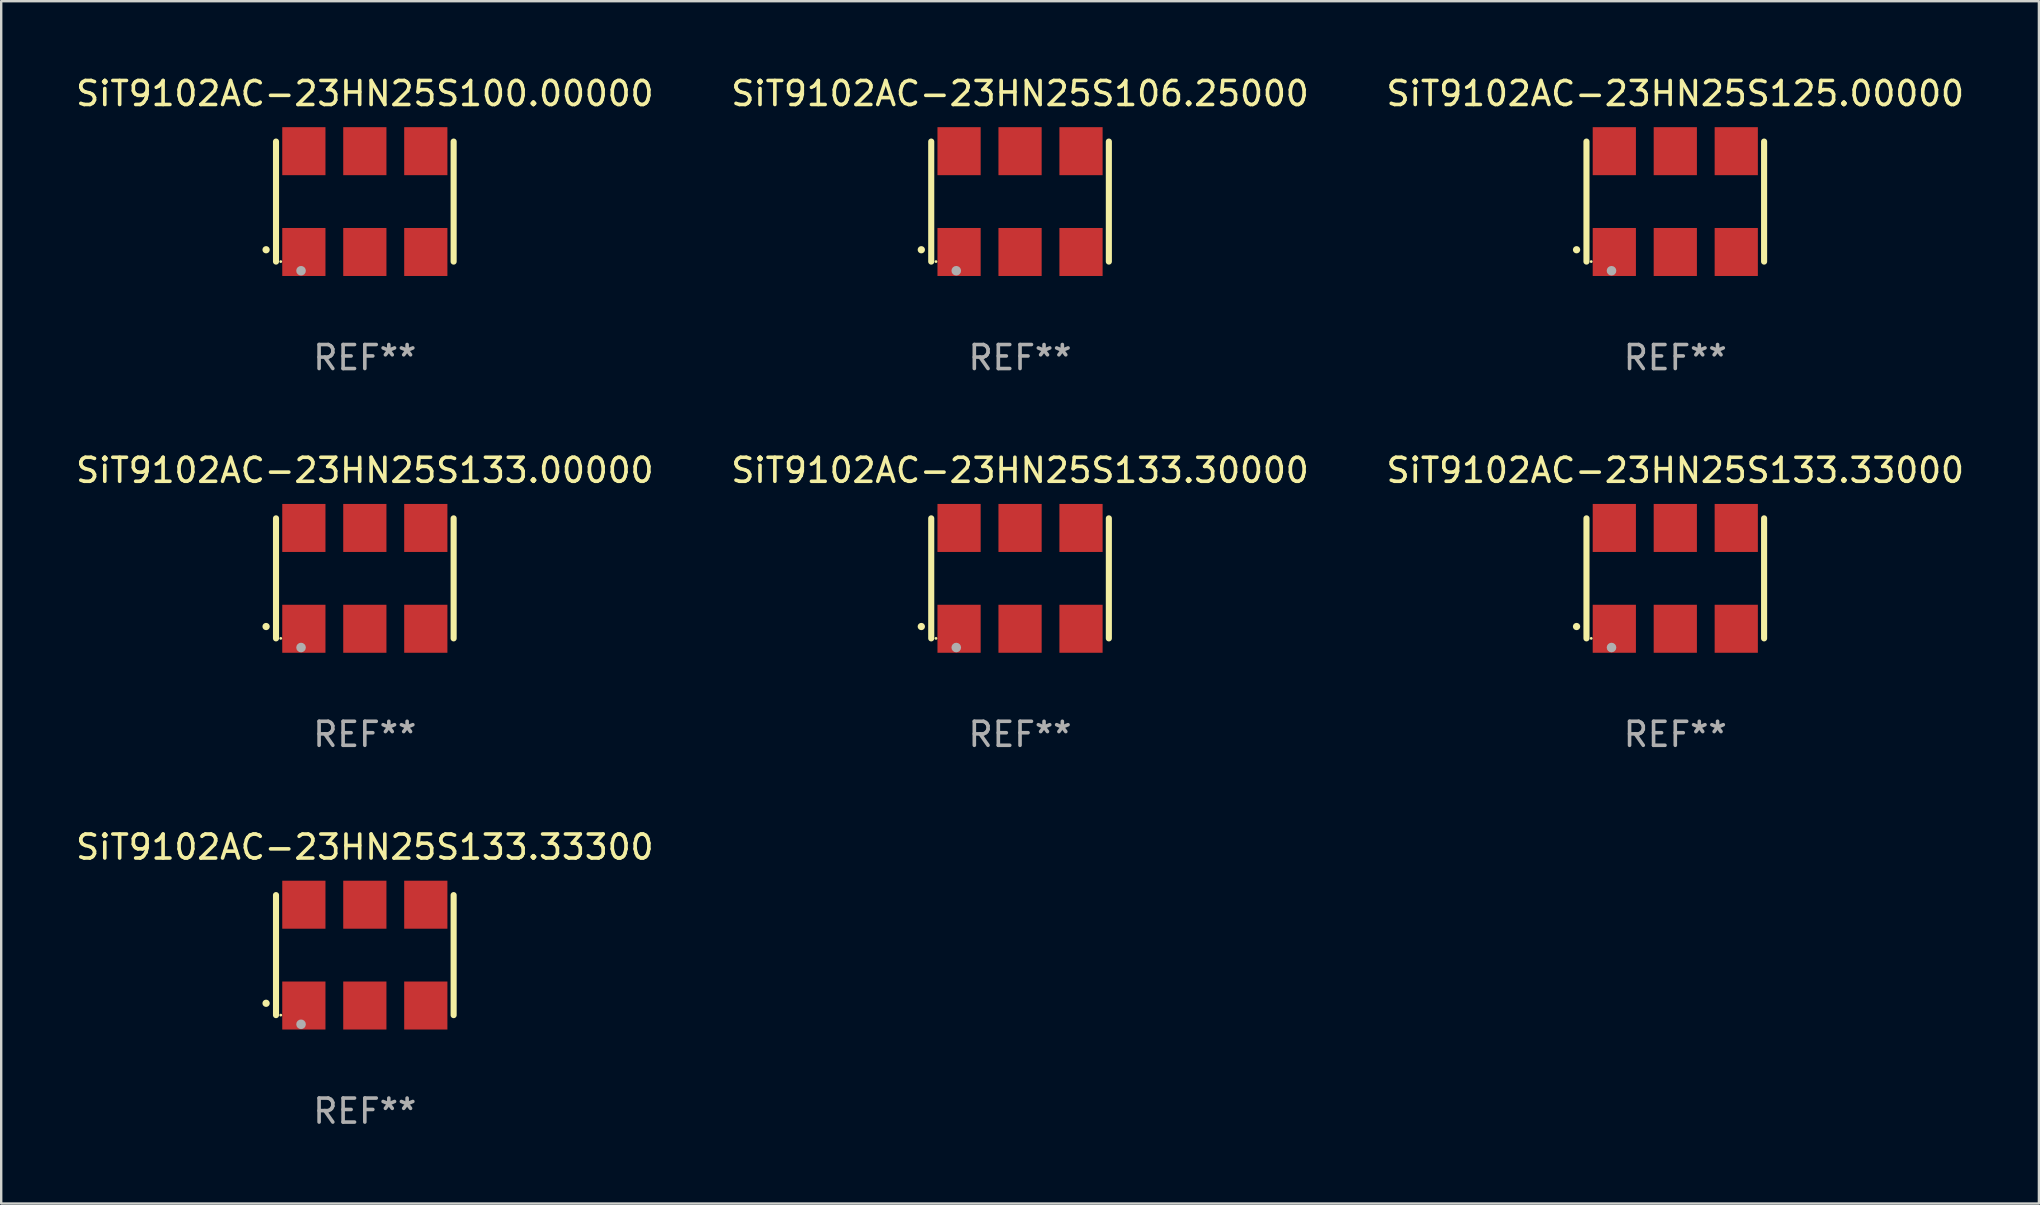
<source format=kicad_pcb>
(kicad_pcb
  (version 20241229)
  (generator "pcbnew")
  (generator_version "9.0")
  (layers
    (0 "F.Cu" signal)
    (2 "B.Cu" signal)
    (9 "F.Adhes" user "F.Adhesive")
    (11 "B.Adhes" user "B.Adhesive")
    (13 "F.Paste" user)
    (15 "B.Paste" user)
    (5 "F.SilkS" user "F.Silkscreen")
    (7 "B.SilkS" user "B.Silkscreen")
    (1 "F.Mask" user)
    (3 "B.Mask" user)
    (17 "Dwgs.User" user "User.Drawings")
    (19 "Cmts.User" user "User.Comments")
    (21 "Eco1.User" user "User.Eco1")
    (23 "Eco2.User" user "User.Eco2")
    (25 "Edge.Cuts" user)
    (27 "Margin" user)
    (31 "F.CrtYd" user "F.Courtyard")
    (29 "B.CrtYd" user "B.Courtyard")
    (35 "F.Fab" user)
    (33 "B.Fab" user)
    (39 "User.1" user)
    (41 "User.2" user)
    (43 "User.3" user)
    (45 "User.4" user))
  (footprint "SiT9102AC-23HN25S133.30000"
    (layer "F.Cu")
    (at 39.446 21.045)
    (property "Reference" "SiT9102AC-23HN25S133.30000" (at 0 -4.5 0) (layer "F.SilkS") (effects (font (size 1 1) (thickness 0.15))))
    (attr through_hole)
    (fp_line (start -3.7 -2.5) (end -3.7 2.5) (stroke (width 0.254) (type solid)) (layer "F.SilkS"))
    (fp_line (start 3.7 -2.5) (end 3.7 2.5) (stroke (width 0.254) (type solid)) (layer "F.SilkS"))
    (fp_arc (start -4.114415 2.006604) (mid -4.113145 2.006599) (end -4.111875 2.006604) (stroke (width 0.3) (type solid)) (layer "F.SilkS"))
    (fp_circle (center -3.502 2.5) (end -3.472 2.5) (stroke (width 0.06) (type solid)) (fill no) (layer "F.SilkS"))
    (fp_circle (center -2.657 2.882) (end -2.557 2.882) (stroke (width 0.2) (type solid)) (fill no) (layer "F.Fab"))
    (fp_text user "REF**" (at 0 6.5 0) (layer "F.Fab") (effects (font (size 1 1) (thickness 0.15))))
    (pad "1" smd rect (at -2.54 2.1) (size 1.8 2) (layers "F.Cu" "F.Mask" "F.Paste"))
    (pad "2" smd rect (at 0.000394 2.1) (size 1.8 2) (layers "F.Cu" "F.Mask" "F.Paste"))
    (pad "3" smd rect (at 2.54 2.1) (size 1.8 2) (layers "F.Cu" "F.Mask" "F.Paste"))
    (pad "4" smd rect (at 2.54 -2.1) (size 1.8 2) (layers "F.Cu" "F.Mask" "F.Paste"))
    (pad "5" smd rect (at 0.000394 -2.1) (size 1.8 2) (layers "F.Cu" "F.Mask" "F.Paste"))
    (pad "6" smd rect (at -2.54 -2.1) (size 1.8 2) (layers "F.Cu" "F.Mask" "F.Paste")))
  (footprint "SiT9102AC-23HN25S133.33000"
    (layer "F.Cu")
    (at 66.744 21.045)
    (property "Reference" "SiT9102AC-23HN25S133.33000" (at 0 -4.5 0) (layer "F.SilkS") (effects (font (size 1 1) (thickness 0.15))))
    (attr through_hole)
    (fp_line (start -3.7 -2.5) (end -3.7 2.5) (stroke (width 0.254) (type solid)) (layer "F.SilkS"))
    (fp_line (start 3.7 -2.5) (end 3.7 2.5) (stroke (width 0.254) (type solid)) (layer "F.SilkS"))
    (fp_arc (start -4.114415 2.006604) (mid -4.113145 2.006599) (end -4.111875 2.006604) (stroke (width 0.3) (type solid)) (layer "F.SilkS"))
    (fp_circle (center -3.502 2.5) (end -3.472 2.5) (stroke (width 0.06) (type solid)) (fill no) (layer "F.SilkS"))
    (fp_circle (center -2.657 2.882) (end -2.557 2.882) (stroke (width 0.2) (type solid)) (fill no) (layer "F.Fab"))
    (fp_text user "REF**" (at 0 6.5 0) (layer "F.Fab") (effects (font (size 1 1) (thickness 0.15))))
    (pad "1" smd rect (at -2.54 2.1) (size 1.8 2) (layers "F.Cu" "F.Mask" "F.Paste"))
    (pad "2" smd rect (at 0.000394 2.1) (size 1.8 2) (layers "F.Cu" "F.Mask" "F.Paste"))
    (pad "3" smd rect (at 2.54 2.1) (size 1.8 2) (layers "F.Cu" "F.Mask" "F.Paste"))
    (pad "4" smd rect (at 2.54 -2.1) (size 1.8 2) (layers "F.Cu" "F.Mask" "F.Paste"))
    (pad "5" smd rect (at 0.000394 -2.1) (size 1.8 2) (layers "F.Cu" "F.Mask" "F.Paste"))
    (pad "6" smd rect (at -2.54 -2.1) (size 1.8 2) (layers "F.Cu" "F.Mask" "F.Paste")))
  (footprint "SiT9102AC-23HN25S133.00000"
    (layer "F.Cu")
    (at 12.149 21.045)
    (property "Reference" "SiT9102AC-23HN25S133.00000" (at 0 -4.5 0) (layer "F.SilkS") (effects (font (size 1 1) (thickness 0.15))))
    (attr through_hole)
    (fp_line (start -3.7 -2.5) (end -3.7 2.5) (stroke (width 0.254) (type solid)) (layer "F.SilkS"))
    (fp_line (start 3.7 -2.5) (end 3.7 2.5) (stroke (width 0.254) (type solid)) (layer "F.SilkS"))
    (fp_arc (start -4.114415 2.006604) (mid -4.113145 2.006599) (end -4.111875 2.006604) (stroke (width 0.3) (type solid)) (layer "F.SilkS"))
    (fp_circle (center -3.502 2.5) (end -3.472 2.5) (stroke (width 0.06) (type solid)) (fill no) (layer "F.SilkS"))
    (fp_circle (center -2.657 2.882) (end -2.557 2.882) (stroke (width 0.2) (type solid)) (fill no) (layer "F.Fab"))
    (fp_text user "REF**" (at 0 6.5 0) (layer "F.Fab") (effects (font (size 1 1) (thickness 0.15))))
    (pad "1" smd rect (at -2.54 2.1) (size 1.8 2) (layers "F.Cu" "F.Mask" "F.Paste"))
    (pad "2" smd rect (at 0.000394 2.1) (size 1.8 2) (layers "F.Cu" "F.Mask" "F.Paste"))
    (pad "3" smd rect (at 2.54 2.1) (size 1.8 2) (layers "F.Cu" "F.Mask" "F.Paste"))
    (pad "4" smd rect (at 2.54 -2.1) (size 1.8 2) (layers "F.Cu" "F.Mask" "F.Paste"))
    (pad "5" smd rect (at 0.000394 -2.1) (size 1.8 2) (layers "F.Cu" "F.Mask" "F.Paste"))
    (pad "6" smd rect (at -2.54 -2.1) (size 1.8 2) (layers "F.Cu" "F.Mask" "F.Paste")))
  (footprint "SiT9102AC-23HN25S133.33300"
    (layer "F.Cu")
    (at 12.149 36.741)
    (property "Reference" "SiT9102AC-23HN25S133.33300" (at 0 -4.5 0) (layer "F.SilkS") (effects (font (size 1 1) (thickness 0.15))))
    (attr through_hole)
    (fp_line (start -3.7 -2.5) (end -3.7 2.5) (stroke (width 0.254) (type solid)) (layer "F.SilkS"))
    (fp_line (start 3.7 -2.5) (end 3.7 2.5) (stroke (width 0.254) (type solid)) (layer "F.SilkS"))
    (fp_arc (start -4.114415 2.006604) (mid -4.113145 2.006599) (end -4.111875 2.006604) (stroke (width 0.3) (type solid)) (layer "F.SilkS"))
    (fp_circle (center -3.502 2.5) (end -3.472 2.5) (stroke (width 0.06) (type solid)) (fill no) (layer "F.SilkS"))
    (fp_circle (center -2.657 2.882) (end -2.557 2.882) (stroke (width 0.2) (type solid)) (fill no) (layer "F.Fab"))
    (fp_text user "REF**" (at 0 6.5 0) (layer "F.Fab") (effects (font (size 1 1) (thickness 0.15))))
    (pad "1" smd rect (at -2.54 2.1) (size 1.8 2) (layers "F.Cu" "F.Mask" "F.Paste"))
    (pad "2" smd rect (at 0.000394 2.1) (size 1.8 2) (layers "F.Cu" "F.Mask" "F.Paste"))
    (pad "3" smd rect (at 2.54 2.1) (size 1.8 2) (layers "F.Cu" "F.Mask" "F.Paste"))
    (pad "4" smd rect (at 2.54 -2.1) (size 1.8 2) (layers "F.Cu" "F.Mask" "F.Paste"))
    (pad "5" smd rect (at 0.000394 -2.1) (size 1.8 2) (layers "F.Cu" "F.Mask" "F.Paste"))
    (pad "6" smd rect (at -2.54 -2.1) (size 1.8 2) (layers "F.Cu" "F.Mask" "F.Paste")))
  (footprint "SiT9102AC-23HN25S106.25000"
    (layer "F.Cu")
    (at 39.446 5.348)
    (property "Reference" "SiT9102AC-23HN25S106.25000" (at 0 -4.5 0) (layer "F.SilkS") (effects (font (size 1 1) (thickness 0.15))))
    (attr through_hole)
    (fp_line (start -3.7 -2.5) (end -3.7 2.5) (stroke (width 0.254) (type solid)) (layer "F.SilkS"))
    (fp_line (start 3.7 -2.5) (end 3.7 2.5) (stroke (width 0.254) (type solid)) (layer "F.SilkS"))
    (fp_arc (start -4.114415 2.006604) (mid -4.113145 2.006599) (end -4.111875 2.006604) (stroke (width 0.3) (type solid)) (layer "F.SilkS"))
    (fp_circle (center -3.502 2.5) (end -3.472 2.5) (stroke (width 0.06) (type solid)) (fill no) (layer "F.SilkS"))
    (fp_circle (center -2.657 2.882) (end -2.557 2.882) (stroke (width 0.2) (type solid)) (fill no) (layer "F.Fab"))
    (fp_text user "REF**" (at 0 6.5 0) (layer "F.Fab") (effects (font (size 1 1) (thickness 0.15))))
    (pad "1" smd rect (at -2.54 2.1) (size 1.8 2) (layers "F.Cu" "F.Mask" "F.Paste"))
    (pad "2" smd rect (at 0.000394 2.1) (size 1.8 2) (layers "F.Cu" "F.Mask" "F.Paste"))
    (pad "3" smd rect (at 2.54 2.1) (size 1.8 2) (layers "F.Cu" "F.Mask" "F.Paste"))
    (pad "4" smd rect (at 2.54 -2.1) (size 1.8 2) (layers "F.Cu" "F.Mask" "F.Paste"))
    (pad "5" smd rect (at 0.000394 -2.1) (size 1.8 2) (layers "F.Cu" "F.Mask" "F.Paste"))
    (pad "6" smd rect (at -2.54 -2.1) (size 1.8 2) (layers "F.Cu" "F.Mask" "F.Paste")))
  (footprint "SiT9102AC-23HN25S100.00000"
    (layer "F.Cu")
    (at 12.149 5.348)
    (property "Reference" "SiT9102AC-23HN25S100.00000" (at 0 -4.5 0) (layer "F.SilkS") (effects (font (size 1 1) (thickness 0.15))))
    (attr through_hole)
    (fp_line (start -3.7 -2.5) (end -3.7 2.5) (stroke (width 0.254) (type solid)) (layer "F.SilkS"))
    (fp_line (start 3.7 -2.5) (end 3.7 2.5) (stroke (width 0.254) (type solid)) (layer "F.SilkS"))
    (fp_arc (start -4.114415 2.006604) (mid -4.113145 2.006599) (end -4.111875 2.006604) (stroke (width 0.3) (type solid)) (layer "F.SilkS"))
    (fp_circle (center -3.502 2.5) (end -3.472 2.5) (stroke (width 0.06) (type solid)) (fill no) (layer "F.SilkS"))
    (fp_circle (center -2.657 2.882) (end -2.557 2.882) (stroke (width 0.2) (type solid)) (fill no) (layer "F.Fab"))
    (fp_text user "REF**" (at 0 6.5 0) (layer "F.Fab") (effects (font (size 1 1) (thickness 0.15))))
    (pad "1" smd rect (at -2.54 2.1) (size 1.8 2) (layers "F.Cu" "F.Mask" "F.Paste"))
    (pad "2" smd rect (at 0.000394 2.1) (size 1.8 2) (layers "F.Cu" "F.Mask" "F.Paste"))
    (pad "3" smd rect (at 2.54 2.1) (size 1.8 2) (layers "F.Cu" "F.Mask" "F.Paste"))
    (pad "4" smd rect (at 2.54 -2.1) (size 1.8 2) (layers "F.Cu" "F.Mask" "F.Paste"))
    (pad "5" smd rect (at 0.000394 -2.1) (size 1.8 2) (layers "F.Cu" "F.Mask" "F.Paste"))
    (pad "6" smd rect (at -2.54 -2.1) (size 1.8 2) (layers "F.Cu" "F.Mask" "F.Paste")))
  (footprint "SiT9102AC-23HN25S125.00000"
    (layer "F.Cu")
    (at 66.744 5.348)
    (property "Reference" "SiT9102AC-23HN25S125.00000" (at 0 -4.5 0) (layer "F.SilkS") (effects (font (size 1 1) (thickness 0.15))))
    (attr through_hole)
    (fp_line (start -3.7 -2.5) (end -3.7 2.5) (stroke (width 0.254) (type solid)) (layer "F.SilkS"))
    (fp_line (start 3.7 -2.5) (end 3.7 2.5) (stroke (width 0.254) (type solid)) (layer "F.SilkS"))
    (fp_arc (start -4.114415 2.006604) (mid -4.113145 2.006599) (end -4.111875 2.006604) (stroke (width 0.3) (type solid)) (layer "F.SilkS"))
    (fp_circle (center -3.502 2.5) (end -3.472 2.5) (stroke (width 0.06) (type solid)) (fill no) (layer "F.SilkS"))
    (fp_circle (center -2.657 2.882) (end -2.557 2.882) (stroke (width 0.2) (type solid)) (fill no) (layer "F.Fab"))
    (fp_text user "REF**" (at 0 6.5 0) (layer "F.Fab") (effects (font (size 1 1) (thickness 0.15))))
    (pad "1" smd rect (at -2.54 2.1) (size 1.8 2) (layers "F.Cu" "F.Mask" "F.Paste"))
    (pad "2" smd rect (at 0.000394 2.1) (size 1.8 2) (layers "F.Cu" "F.Mask" "F.Paste"))
    (pad "3" smd rect (at 2.54 2.1) (size 1.8 2) (layers "F.Cu" "F.Mask" "F.Paste"))
    (pad "4" smd rect (at 2.54 -2.1) (size 1.8 2) (layers "F.Cu" "F.Mask" "F.Paste"))
    (pad "5" smd rect (at 0.000394 -2.1) (size 1.8 2) (layers "F.Cu" "F.Mask" "F.Paste"))
    (pad "6" smd rect (at -2.54 -2.1) (size 1.8 2) (layers "F.Cu" "F.Mask" "F.Paste")))
  (gr_rect
    (start -3 -3)
    (end 81.893 47.09)
    (stroke (width 0.1) (type default))
    (fill no)
    (layer "Edge.Cuts")))
</source>
